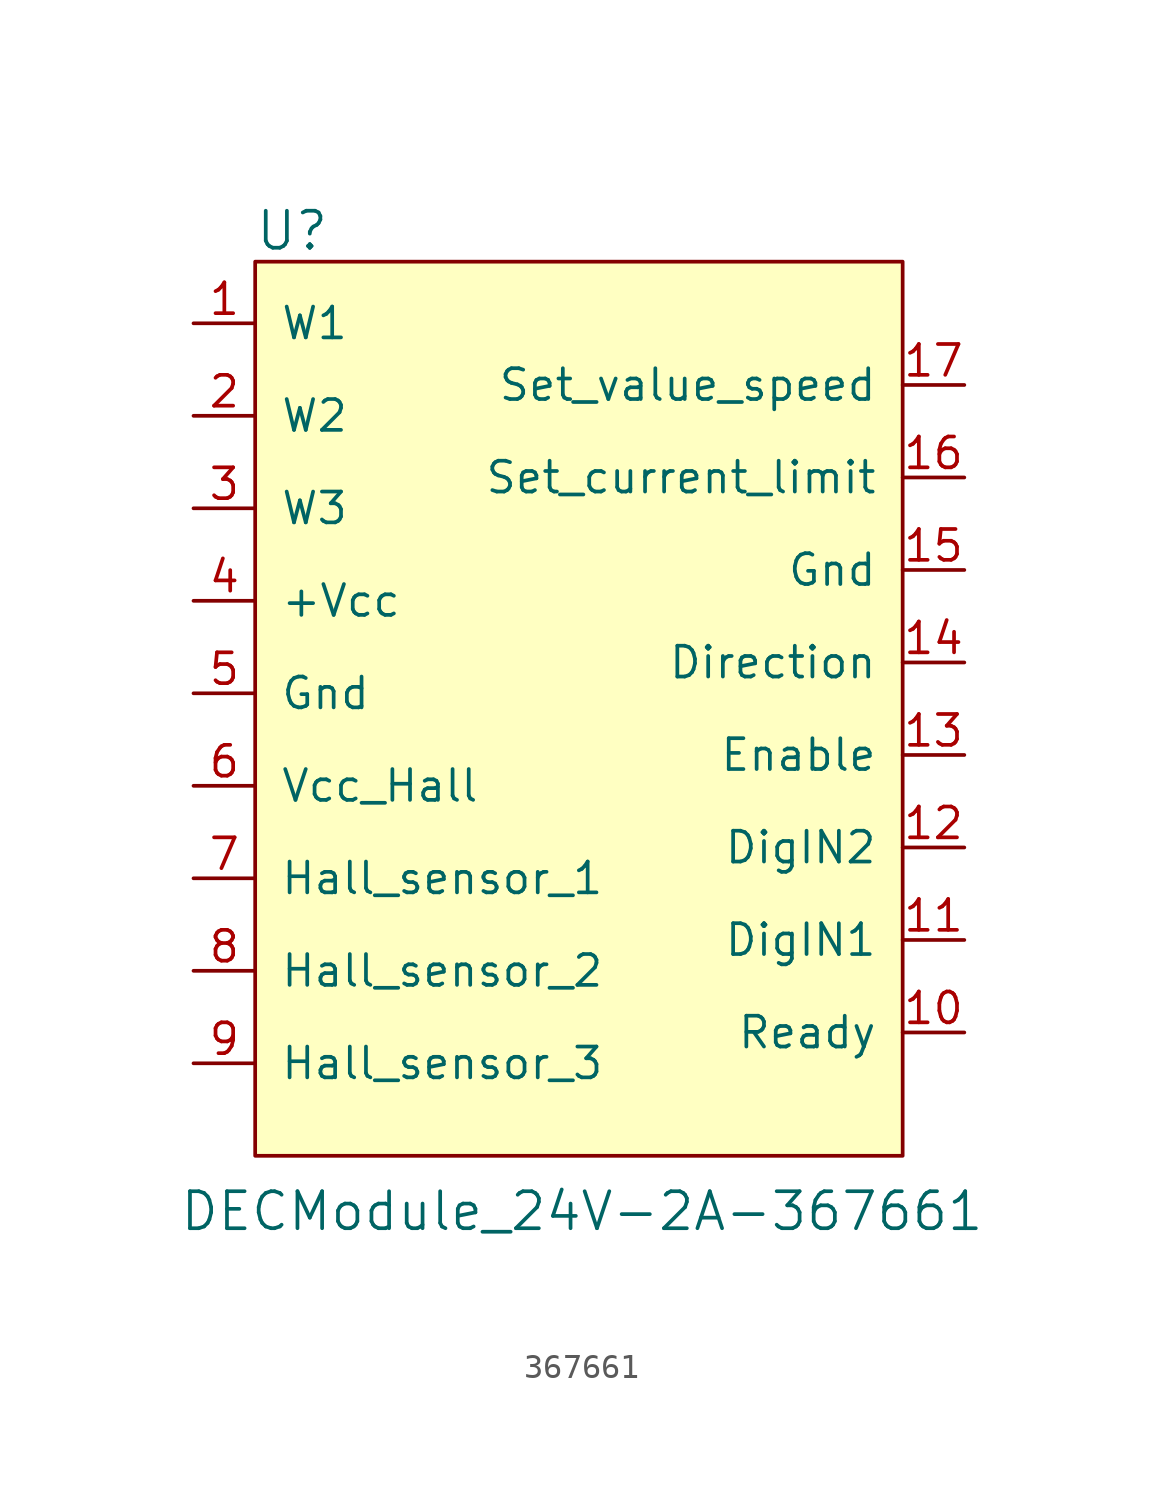
<source format=kicad_sym>
(kicad_symbol_lib
  (version 20241209)
  (generator "kicad_symbol_editor")
  (generator_version "9.0")
  (symbol "367661"
    (pin_names
      (offset 1.016))
    (property "Reference" "U"
      (at -12.446 20.32 0)
      (effects (font (size 1.524 1.524))))
    (property "Value" "DECModule_24V-2A-367661"
      (at -0.508 -20.066 0)
      (effects (font (size 1.524 1.524))))
    (symbol "367661_0_1"
      (rectangle (start -13.97 19.05) (end 12.7 -17.78) (stroke (width 0) (type default)) (fill (type background))))
    (symbol "367661_1_1"
      (pin output line (at -16.51 16.51 0) (length 2.54) (name "W1" (effects (font (size 1.27 1.27)))) (number "1" (effects (font (size 1.27 1.27)))))
      (pin output line (at -16.51 12.7 0) (length 2.54) (name "W2" (effects (font (size 1.27 1.27)))) (number "2" (effects (font (size 1.27 1.27)))))
      (pin output line (at -16.51 8.89 0) (length 2.54) (name "W3" (effects (font (size 1.27 1.27)))) (number "3" (effects (font (size 1.27 1.27)))))
      (pin power_in line (at -16.51 5.08 0) (length 2.54) (name "+Vcc" (effects (font (size 1.27 1.27)))) (number "4" (effects (font (size 1.27 1.27)))))
      (pin power_in line (at -16.51 1.27 0) (length 2.54) (name "Gnd" (effects (font (size 1.27 1.27)))) (number "5" (effects (font (size 1.27 1.27)))))
      (pin input line (at -16.51 -2.54 0) (length 2.54) (name "Vcc_Hall" (effects (font (size 1.27 1.27)))) (number "6" (effects (font (size 1.27 1.27)))))
      (pin input line (at -16.51 -6.35 0) (length 2.54) (name "Hall_sensor_1" (effects (font (size 1.27 1.27)))) (number "7" (effects (font (size 1.27 1.27)))))
      (pin input line (at -16.51 -10.16 0) (length 2.54) (name "Hall_sensor_2" (effects (font (size 1.27 1.27)))) (number "8" (effects (font (size 1.27 1.27)))))
      (pin input line (at -16.51 -13.97 0) (length 2.54) (name "Hall_sensor_3" (effects (font (size 1.27 1.27)))) (number "9" (effects (font (size 1.27 1.27)))))
      (pin input line (at 15.24 13.97 180) (length 2.54) (name "Set_value_speed" (effects (font (size 1.27 1.27)))) (number "17" (effects (font (size 1.27 1.27)))))
      (pin input line (at 15.24 10.16 180) (length 2.54) (name "Set_current_limit" (effects (font (size 1.27 1.27)))) (number "16" (effects (font (size 1.27 1.27)))))
      (pin power_in line (at 15.24 6.35 180) (length 2.54) (name "Gnd" (effects (font (size 1.27 1.27)))) (number "15" (effects (font (size 1.27 1.27)))))
      (pin input line (at 15.24 2.54 180) (length 2.54) (name "Direction" (effects (font (size 1.27 1.27)))) (number "14" (effects (font (size 1.27 1.27)))))
      (pin input line (at 15.24 -1.27 180) (length 2.54) (name "Enable" (effects (font (size 1.27 1.27)))) (number "13" (effects (font (size 1.27 1.27)))))
      (pin input line (at 15.24 -5.08 180) (length 2.54) (name "DigIN2" (effects (font (size 1.27 1.27)))) (number "12" (effects (font (size 1.27 1.27)))))
      (pin input line (at 15.24 -8.89 180) (length 2.54) (name "DigIN1" (effects (font (size 1.27 1.27)))) (number "11" (effects (font (size 1.27 1.27)))))
      (pin input line (at 15.24 -12.7 180) (length 2.54) (name "Ready" (effects (font (size 1.27 1.27)))) (number "10" (effects (font (size 1.27 1.27))))))))
</source>
